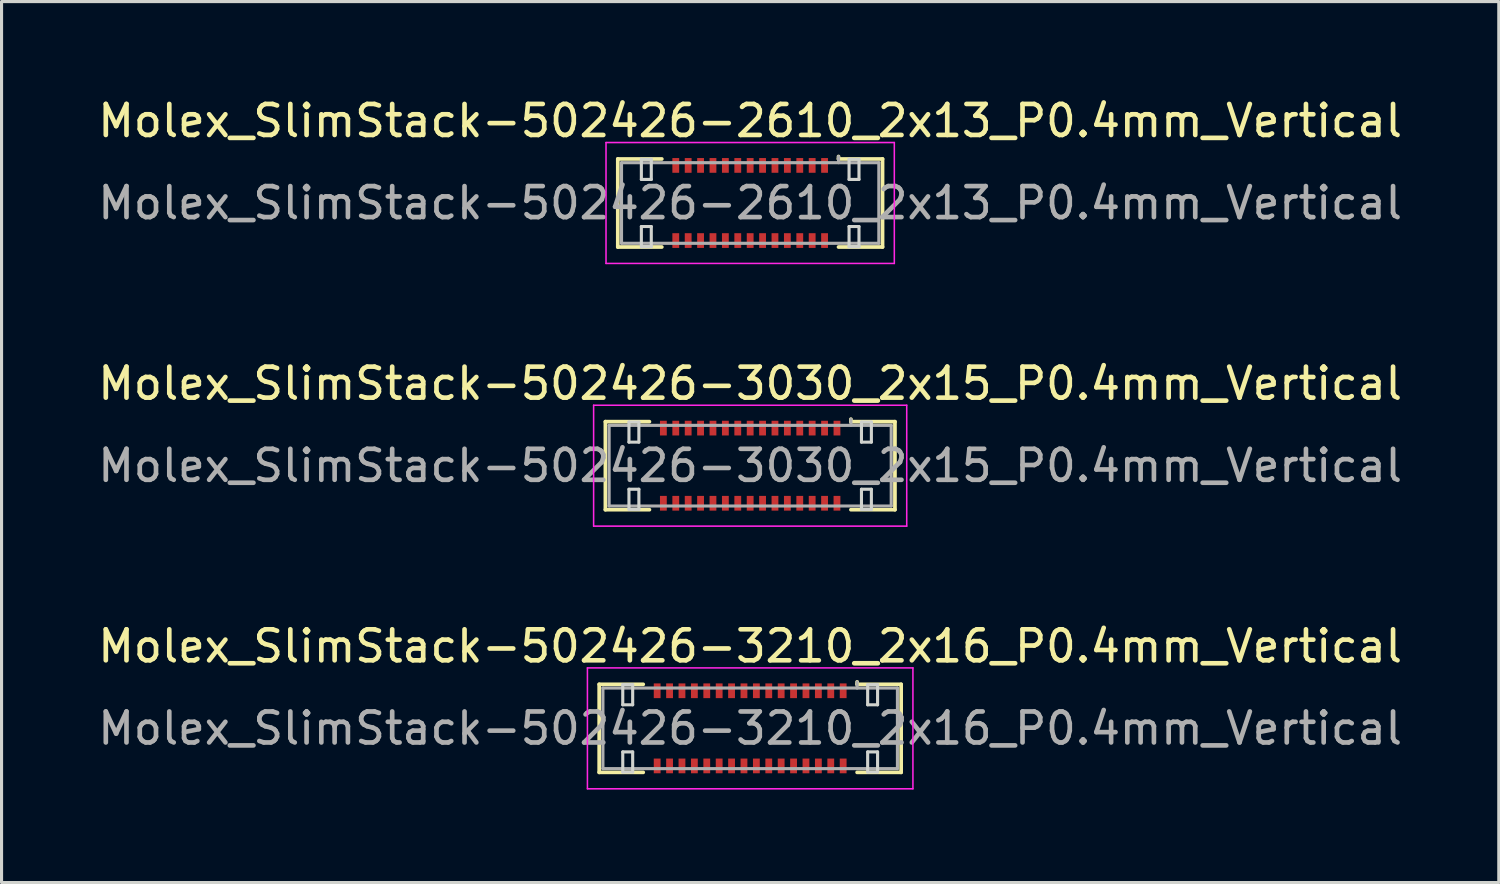
<source format=kicad_pcb>
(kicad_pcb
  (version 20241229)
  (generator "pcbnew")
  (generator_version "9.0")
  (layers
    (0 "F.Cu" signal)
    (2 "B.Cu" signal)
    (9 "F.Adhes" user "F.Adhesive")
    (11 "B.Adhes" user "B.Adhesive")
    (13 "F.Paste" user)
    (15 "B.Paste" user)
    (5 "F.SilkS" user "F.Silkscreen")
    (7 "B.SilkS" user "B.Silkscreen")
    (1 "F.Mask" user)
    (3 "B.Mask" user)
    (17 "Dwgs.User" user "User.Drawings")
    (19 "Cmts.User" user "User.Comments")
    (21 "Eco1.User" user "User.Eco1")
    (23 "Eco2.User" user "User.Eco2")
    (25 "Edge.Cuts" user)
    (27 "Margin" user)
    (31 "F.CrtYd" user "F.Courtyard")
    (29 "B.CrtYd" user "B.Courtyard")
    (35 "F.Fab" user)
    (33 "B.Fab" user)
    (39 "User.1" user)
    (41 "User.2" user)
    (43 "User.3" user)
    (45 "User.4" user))
  (footprint "Molex_SlimStack-502426-3030_2x15_P0.4mm_Vertical"
    (layer "F.Cu")
    (at 21.149 11.972)
    (property "Reference" "Molex_SlimStack-502426-3030_2x15_P0.4mm_Vertical" (at 0 -2.65 0) (layer "F.SilkS") (effects (font (size 1 1) (thickness 0.15))))
    (attr smd)
    (fp_line (start -4.67 -1.42) (end -3.25 -1.42) (stroke (width 0.12) (type solid)) (layer "F.SilkS"))
    (fp_line (start -4.67 1.42) (end -4.67 -1.42) (stroke (width 0.12) (type solid)) (layer "F.SilkS"))
    (fp_line (start -3.25 1.42) (end -4.67 1.42) (stroke (width 0.12) (type solid)) (layer "F.SilkS"))
    (fp_line (start 3.25 -1.42) (end 3.25 -1.5) (stroke (width 0.12) (type solid)) (layer "F.SilkS"))
    (fp_line (start 3.25 1.42) (end 4.67 1.42) (stroke (width 0.12) (type solid)) (layer "F.SilkS"))
    (fp_line (start 4.67 -1.42) (end 3.25 -1.42) (stroke (width 0.12) (type solid)) (layer "F.SilkS"))
    (fp_line (start 4.67 1.42) (end 4.67 -1.42) (stroke (width 0.12) (type solid)) (layer "F.SilkS"))
    (fp_line (start -3.91 -1.41) (end -3.91 -0.76) (stroke (width 0.1) (type solid)) (layer "Edge.Cuts"))
    (fp_line (start -3.91 -0.76) (end -3.59 -0.76) (stroke (width 0.1) (type solid)) (layer "Edge.Cuts"))
    (fp_line (start -3.91 0.76) (end -3.91 1.41) (stroke (width 0.1) (type solid)) (layer "Edge.Cuts"))
    (fp_line (start -3.91 1.41) (end -3.59 1.41) (stroke (width 0.1) (type solid)) (layer "Edge.Cuts"))
    (fp_line (start -3.59 -1.41) (end -3.91 -1.41) (stroke (width 0.1) (type solid)) (layer "Edge.Cuts"))
    (fp_line (start -3.59 -0.76) (end -3.59 -1.41) (stroke (width 0.1) (type solid)) (layer "Edge.Cuts"))
    (fp_line (start -3.59 0.76) (end -3.91 0.76) (stroke (width 0.1) (type solid)) (layer "Edge.Cuts"))
    (fp_line (start -3.59 1.41) (end -3.59 0.76) (stroke (width 0.1) (type solid)) (layer "Edge.Cuts"))
    (fp_line (start 3.59 -1.41) (end 3.59 -0.76) (stroke (width 0.1) (type solid)) (layer "Edge.Cuts"))
    (fp_line (start 3.59 -0.76) (end 3.91 -0.76) (stroke (width 0.1) (type solid)) (layer "Edge.Cuts"))
    (fp_line (start 3.59 0.76) (end 3.59 1.41) (stroke (width 0.1) (type solid)) (layer "Edge.Cuts"))
    (fp_line (start 3.59 1.41) (end 3.91 1.41) (stroke (width 0.1) (type solid)) (layer "Edge.Cuts"))
    (fp_line (start 3.91 -1.41) (end 3.59 -1.41) (stroke (width 0.1) (type solid)) (layer "Edge.Cuts"))
    (fp_line (start 3.91 -0.76) (end 3.91 -1.41) (stroke (width 0.1) (type solid)) (layer "Edge.Cuts"))
    (fp_line (start 3.91 0.76) (end 3.59 0.76) (stroke (width 0.1) (type solid)) (layer "Edge.Cuts"))
    (fp_line (start 3.91 1.41) (end 3.91 0.76) (stroke (width 0.1) (type solid)) (layer "Edge.Cuts"))
    (fp_line (start -5.05 -1.95) (end -5.05 1.95) (stroke (width 0.05) (type solid)) (layer "F.CrtYd"))
    (fp_line (start -5.05 1.95) (end 5.05 1.95) (stroke (width 0.05) (type solid)) (layer "F.CrtYd"))
    (fp_line (start 5.05 -1.95) (end -5.05 -1.95) (stroke (width 0.05) (type solid)) (layer "F.CrtYd"))
    (fp_line (start 5.05 1.95) (end 5.05 -1.95) (stroke (width 0.05) (type solid)) (layer "F.CrtYd"))
    (fp_line (start -4.55 -1.3) (end -4.55 1.3) (stroke (width 0.1) (type solid)) (layer "F.Fab"))
    (fp_line (start -4.55 1.3) (end 4.55 1.3) (stroke (width 0.1) (type solid)) (layer "F.Fab"))
    (fp_line (start 3.25 -1.3) (end 3.25 -1.5) (stroke (width 0.1) (type solid)) (layer "F.Fab"))
    (fp_line (start 4.55 -1.3) (end -4.55 -1.3) (stroke (width 0.1) (type solid)) (layer "F.Fab"))
    (fp_line (start 4.55 1.3) (end 4.55 -1.3) (stroke (width 0.1) (type solid)) (layer "F.Fab"))
    (fp_text user "${REFERENCE}" (at 0 0 0) (layer "F.Fab") (effects (font (size 1 1) (thickness 0.15))))
    (pad "1" smd rect (at 2.8 -1.212) (size 0.22 0.475) (layers "F.Cu" "F.Mask" "F.Paste"))
    (pad "2" smd rect (at 2.8 1.212) (size 0.22 0.475) (layers "F.Cu" "F.Mask" "F.Paste"))
    (pad "3" smd rect (at 2.4 -1.212) (size 0.22 0.475) (layers "F.Cu" "F.Mask" "F.Paste"))
    (pad "4" smd rect (at 2.4 1.212) (size 0.22 0.475) (layers "F.Cu" "F.Mask" "F.Paste"))
    (pad "5" smd rect (at 2 -1.212) (size 0.22 0.475) (layers "F.Cu" "F.Mask" "F.Paste"))
    (pad "6" smd rect (at 2 1.212) (size 0.22 0.475) (layers "F.Cu" "F.Mask" "F.Paste"))
    (pad "7" smd rect (at 1.6 -1.212) (size 0.22 0.475) (layers "F.Cu" "F.Mask" "F.Paste"))
    (pad "8" smd rect (at 1.6 1.212) (size 0.22 0.475) (layers "F.Cu" "F.Mask" "F.Paste"))
    (pad "9" smd rect (at 1.2 -1.212) (size 0.22 0.475) (layers "F.Cu" "F.Mask" "F.Paste"))
    (pad "10" smd rect (at 1.2 1.212) (size 0.22 0.475) (layers "F.Cu" "F.Mask" "F.Paste"))
    (pad "11" smd rect (at 0.8 -1.212) (size 0.22 0.475) (layers "F.Cu" "F.Mask" "F.Paste"))
    (pad "12" smd rect (at 0.8 1.212) (size 0.22 0.475) (layers "F.Cu" "F.Mask" "F.Paste"))
    (pad "13" smd rect (at 0.4 -1.212) (size 0.22 0.475) (layers "F.Cu" "F.Mask" "F.Paste"))
    (pad "14" smd rect (at 0.4 1.212) (size 0.22 0.475) (layers "F.Cu" "F.Mask" "F.Paste"))
    (pad "15" smd rect (at 0 -1.212) (size 0.22 0.475) (layers "F.Cu" "F.Mask" "F.Paste"))
    (pad "16" smd rect (at 0 1.212) (size 0.22 0.475) (layers "F.Cu" "F.Mask" "F.Paste"))
    (pad "17" smd rect (at -0.4 -1.212) (size 0.22 0.475) (layers "F.Cu" "F.Mask" "F.Paste"))
    (pad "18" smd rect (at -0.4 1.212) (size 0.22 0.475) (layers "F.Cu" "F.Mask" "F.Paste"))
    (pad "19" smd rect (at -0.8 -1.212) (size 0.22 0.475) (layers "F.Cu" "F.Mask" "F.Paste"))
    (pad "20" smd rect (at -0.8 1.212) (size 0.22 0.475) (layers "F.Cu" "F.Mask" "F.Paste"))
    (pad "21" smd rect (at -1.2 -1.212) (size 0.22 0.475) (layers "F.Cu" "F.Mask" "F.Paste"))
    (pad "22" smd rect (at -1.2 1.212) (size 0.22 0.475) (layers "F.Cu" "F.Mask" "F.Paste"))
    (pad "23" smd rect (at -1.6 -1.212) (size 0.22 0.475) (layers "F.Cu" "F.Mask" "F.Paste"))
    (pad "24" smd rect (at -1.6 1.212) (size 0.22 0.475) (layers "F.Cu" "F.Mask" "F.Paste"))
    (pad "25" smd rect (at -2 -1.212) (size 0.22 0.475) (layers "F.Cu" "F.Mask" "F.Paste"))
    (pad "26" smd rect (at -2 1.212) (size 0.22 0.475) (layers "F.Cu" "F.Mask" "F.Paste"))
    (pad "27" smd rect (at -2.4 -1.212) (size 0.22 0.475) (layers "F.Cu" "F.Mask" "F.Paste"))
    (pad "28" smd rect (at -2.4 1.212) (size 0.22 0.475) (layers "F.Cu" "F.Mask" "F.Paste"))
    (pad "29" smd rect (at -2.8 -1.212) (size 0.22 0.475) (layers "F.Cu" "F.Mask" "F.Paste"))
    (pad "30" smd rect (at -2.8 1.212) (size 0.22 0.475) (layers "F.Cu" "F.Mask" "F.Paste")))
  (footprint "Molex_SlimStack-502426-3210_2x16_P0.4mm_Vertical"
    (layer "F.Cu")
    (at 21.149 20.445)
    (property "Reference" "Molex_SlimStack-502426-3210_2x16_P0.4mm_Vertical" (at 0 -2.65 0) (layer "F.SilkS") (effects (font (size 1 1) (thickness 0.15))))
    (attr smd)
    (fp_line (start -4.87 -1.42) (end -3.45 -1.42) (stroke (width 0.12) (type solid)) (layer "F.SilkS"))
    (fp_line (start -4.87 1.42) (end -4.87 -1.42) (stroke (width 0.12) (type solid)) (layer "F.SilkS"))
    (fp_line (start -3.45 1.42) (end -4.87 1.42) (stroke (width 0.12) (type solid)) (layer "F.SilkS"))
    (fp_line (start 3.45 -1.42) (end 3.45 -1.5) (stroke (width 0.12) (type solid)) (layer "F.SilkS"))
    (fp_line (start 3.45 1.42) (end 4.87 1.42) (stroke (width 0.12) (type solid)) (layer "F.SilkS"))
    (fp_line (start 4.87 -1.42) (end 3.45 -1.42) (stroke (width 0.12) (type solid)) (layer "F.SilkS"))
    (fp_line (start 4.87 1.42) (end 4.87 -1.42) (stroke (width 0.12) (type solid)) (layer "F.SilkS"))
    (fp_line (start -4.11 -1.41) (end -4.11 -0.76) (stroke (width 0.1) (type solid)) (layer "Edge.Cuts"))
    (fp_line (start -4.11 -0.76) (end -3.79 -0.76) (stroke (width 0.1) (type solid)) (layer "Edge.Cuts"))
    (fp_line (start -4.11 0.76) (end -4.11 1.41) (stroke (width 0.1) (type solid)) (layer "Edge.Cuts"))
    (fp_line (start -4.11 1.41) (end -3.79 1.41) (stroke (width 0.1) (type solid)) (layer "Edge.Cuts"))
    (fp_line (start -3.79 -1.41) (end -4.11 -1.41) (stroke (width 0.1) (type solid)) (layer "Edge.Cuts"))
    (fp_line (start -3.79 -0.76) (end -3.79 -1.41) (stroke (width 0.1) (type solid)) (layer "Edge.Cuts"))
    (fp_line (start -3.79 0.76) (end -4.11 0.76) (stroke (width 0.1) (type solid)) (layer "Edge.Cuts"))
    (fp_line (start -3.79 1.41) (end -3.79 0.76) (stroke (width 0.1) (type solid)) (layer "Edge.Cuts"))
    (fp_line (start 3.79 -1.41) (end 3.79 -0.76) (stroke (width 0.1) (type solid)) (layer "Edge.Cuts"))
    (fp_line (start 3.79 -0.76) (end 4.11 -0.76) (stroke (width 0.1) (type solid)) (layer "Edge.Cuts"))
    (fp_line (start 3.79 0.76) (end 3.79 1.41) (stroke (width 0.1) (type solid)) (layer "Edge.Cuts"))
    (fp_line (start 3.79 1.41) (end 4.11 1.41) (stroke (width 0.1) (type solid)) (layer "Edge.Cuts"))
    (fp_line (start 4.11 -1.41) (end 3.79 -1.41) (stroke (width 0.1) (type solid)) (layer "Edge.Cuts"))
    (fp_line (start 4.11 -0.76) (end 4.11 -1.41) (stroke (width 0.1) (type solid)) (layer "Edge.Cuts"))
    (fp_line (start 4.11 0.76) (end 3.79 0.76) (stroke (width 0.1) (type solid)) (layer "Edge.Cuts"))
    (fp_line (start 4.11 1.41) (end 4.11 0.76) (stroke (width 0.1) (type solid)) (layer "Edge.Cuts"))
    (fp_line (start -5.25 -1.95) (end -5.25 1.95) (stroke (width 0.05) (type solid)) (layer "F.CrtYd"))
    (fp_line (start -5.25 1.95) (end 5.25 1.95) (stroke (width 0.05) (type solid)) (layer "F.CrtYd"))
    (fp_line (start 5.25 -1.95) (end -5.25 -1.95) (stroke (width 0.05) (type solid)) (layer "F.CrtYd"))
    (fp_line (start 5.25 1.95) (end 5.25 -1.95) (stroke (width 0.05) (type solid)) (layer "F.CrtYd"))
    (fp_line (start -4.75 -1.3) (end -4.75 1.3) (stroke (width 0.1) (type solid)) (layer "F.Fab"))
    (fp_line (start -4.75 1.3) (end 4.75 1.3) (stroke (width 0.1) (type solid)) (layer "F.Fab"))
    (fp_line (start 3.45 -1.3) (end 3.45 -1.5) (stroke (width 0.1) (type solid)) (layer "F.Fab"))
    (fp_line (start 4.75 -1.3) (end -4.75 -1.3) (stroke (width 0.1) (type solid)) (layer "F.Fab"))
    (fp_line (start 4.75 1.3) (end 4.75 -1.3) (stroke (width 0.1) (type solid)) (layer "F.Fab"))
    (fp_text user "${REFERENCE}" (at 0 0 0) (layer "F.Fab") (effects (font (size 1 1) (thickness 0.15))))
    (pad "1" smd rect (at 3 -1.212) (size 0.22 0.475) (layers "F.Cu" "F.Mask" "F.Paste"))
    (pad "2" smd rect (at 3 1.212) (size 0.22 0.475) (layers "F.Cu" "F.Mask" "F.Paste"))
    (pad "3" smd rect (at 2.6 -1.212) (size 0.22 0.475) (layers "F.Cu" "F.Mask" "F.Paste"))
    (pad "4" smd rect (at 2.6 1.212) (size 0.22 0.475) (layers "F.Cu" "F.Mask" "F.Paste"))
    (pad "5" smd rect (at 2.2 -1.212) (size 0.22 0.475) (layers "F.Cu" "F.Mask" "F.Paste"))
    (pad "6" smd rect (at 2.2 1.212) (size 0.22 0.475) (layers "F.Cu" "F.Mask" "F.Paste"))
    (pad "7" smd rect (at 1.8 -1.212) (size 0.22 0.475) (layers "F.Cu" "F.Mask" "F.Paste"))
    (pad "8" smd rect (at 1.8 1.212) (size 0.22 0.475) (layers "F.Cu" "F.Mask" "F.Paste"))
    (pad "9" smd rect (at 1.4 -1.212) (size 0.22 0.475) (layers "F.Cu" "F.Mask" "F.Paste"))
    (pad "10" smd rect (at 1.4 1.212) (size 0.22 0.475) (layers "F.Cu" "F.Mask" "F.Paste"))
    (pad "11" smd rect (at 1 -1.212) (size 0.22 0.475) (layers "F.Cu" "F.Mask" "F.Paste"))
    (pad "12" smd rect (at 1 1.212) (size 0.22 0.475) (layers "F.Cu" "F.Mask" "F.Paste"))
    (pad "13" smd rect (at 0.6 -1.212) (size 0.22 0.475) (layers "F.Cu" "F.Mask" "F.Paste"))
    (pad "14" smd rect (at 0.6 1.212) (size 0.22 0.475) (layers "F.Cu" "F.Mask" "F.Paste"))
    (pad "15" smd rect (at 0.2 -1.212) (size 0.22 0.475) (layers "F.Cu" "F.Mask" "F.Paste"))
    (pad "16" smd rect (at 0.2 1.212) (size 0.22 0.475) (layers "F.Cu" "F.Mask" "F.Paste"))
    (pad "17" smd rect (at -0.2 -1.212) (size 0.22 0.475) (layers "F.Cu" "F.Mask" "F.Paste"))
    (pad "18" smd rect (at -0.2 1.212) (size 0.22 0.475) (layers "F.Cu" "F.Mask" "F.Paste"))
    (pad "19" smd rect (at -0.6 -1.212) (size 0.22 0.475) (layers "F.Cu" "F.Mask" "F.Paste"))
    (pad "20" smd rect (at -0.6 1.212) (size 0.22 0.475) (layers "F.Cu" "F.Mask" "F.Paste"))
    (pad "21" smd rect (at -1 -1.212) (size 0.22 0.475) (layers "F.Cu" "F.Mask" "F.Paste"))
    (pad "22" smd rect (at -1 1.212) (size 0.22 0.475) (layers "F.Cu" "F.Mask" "F.Paste"))
    (pad "23" smd rect (at -1.4 -1.212) (size 0.22 0.475) (layers "F.Cu" "F.Mask" "F.Paste"))
    (pad "24" smd rect (at -1.4 1.212) (size 0.22 0.475) (layers "F.Cu" "F.Mask" "F.Paste"))
    (pad "25" smd rect (at -1.8 -1.212) (size 0.22 0.475) (layers "F.Cu" "F.Mask" "F.Paste"))
    (pad "26" smd rect (at -1.8 1.212) (size 0.22 0.475) (layers "F.Cu" "F.Mask" "F.Paste"))
    (pad "27" smd rect (at -2.2 -1.212) (size 0.22 0.475) (layers "F.Cu" "F.Mask" "F.Paste"))
    (pad "28" smd rect (at -2.2 1.212) (size 0.22 0.475) (layers "F.Cu" "F.Mask" "F.Paste"))
    (pad "29" smd rect (at -2.6 -1.212) (size 0.22 0.475) (layers "F.Cu" "F.Mask" "F.Paste"))
    (pad "30" smd rect (at -2.6 1.212) (size 0.22 0.475) (layers "F.Cu" "F.Mask" "F.Paste"))
    (pad "31" smd rect (at -3 -1.212) (size 0.22 0.475) (layers "F.Cu" "F.Mask" "F.Paste"))
    (pad "32" smd rect (at -3 1.212) (size 0.22 0.475) (layers "F.Cu" "F.Mask" "F.Paste")))
  (footprint "Molex_SlimStack-502426-2610_2x13_P0.4mm_Vertical"
    (layer "F.Cu")
    (at 21.149 3.498)
    (property "Reference" "Molex_SlimStack-502426-2610_2x13_P0.4mm_Vertical" (at 0 -2.65 0) (layer "F.SilkS") (effects (font (size 1 1) (thickness 0.15))))
    (attr smd)
    (fp_line (start -4.27 -1.42) (end -2.85 -1.42) (stroke (width 0.12) (type solid)) (layer "F.SilkS"))
    (fp_line (start -4.27 1.42) (end -4.27 -1.42) (stroke (width 0.12) (type solid)) (layer "F.SilkS"))
    (fp_line (start -2.85 1.42) (end -4.27 1.42) (stroke (width 0.12) (type solid)) (layer "F.SilkS"))
    (fp_line (start 2.85 -1.42) (end 2.85 -1.5) (stroke (width 0.12) (type solid)) (layer "F.SilkS"))
    (fp_line (start 2.85 1.42) (end 4.27 1.42) (stroke (width 0.12) (type solid)) (layer "F.SilkS"))
    (fp_line (start 4.27 -1.42) (end 2.85 -1.42) (stroke (width 0.12) (type solid)) (layer "F.SilkS"))
    (fp_line (start 4.27 1.42) (end 4.27 -1.42) (stroke (width 0.12) (type solid)) (layer "F.SilkS"))
    (fp_line (start -3.51 -1.41) (end -3.51 -0.76) (stroke (width 0.1) (type solid)) (layer "Edge.Cuts"))
    (fp_line (start -3.51 -0.76) (end -3.19 -0.76) (stroke (width 0.1) (type solid)) (layer "Edge.Cuts"))
    (fp_line (start -3.51 0.76) (end -3.51 1.41) (stroke (width 0.1) (type solid)) (layer "Edge.Cuts"))
    (fp_line (start -3.51 1.41) (end -3.19 1.41) (stroke (width 0.1) (type solid)) (layer "Edge.Cuts"))
    (fp_line (start -3.19 -1.41) (end -3.51 -1.41) (stroke (width 0.1) (type solid)) (layer "Edge.Cuts"))
    (fp_line (start -3.19 -0.76) (end -3.19 -1.41) (stroke (width 0.1) (type solid)) (layer "Edge.Cuts"))
    (fp_line (start -3.19 0.76) (end -3.51 0.76) (stroke (width 0.1) (type solid)) (layer "Edge.Cuts"))
    (fp_line (start -3.19 1.41) (end -3.19 0.76) (stroke (width 0.1) (type solid)) (layer "Edge.Cuts"))
    (fp_line (start 3.19 -1.41) (end 3.19 -0.76) (stroke (width 0.1) (type solid)) (layer "Edge.Cuts"))
    (fp_line (start 3.19 -0.76) (end 3.51 -0.76) (stroke (width 0.1) (type solid)) (layer "Edge.Cuts"))
    (fp_line (start 3.19 0.76) (end 3.19 1.41) (stroke (width 0.1) (type solid)) (layer "Edge.Cuts"))
    (fp_line (start 3.19 1.41) (end 3.51 1.41) (stroke (width 0.1) (type solid)) (layer "Edge.Cuts"))
    (fp_line (start 3.51 -1.41) (end 3.19 -1.41) (stroke (width 0.1) (type solid)) (layer "Edge.Cuts"))
    (fp_line (start 3.51 -0.76) (end 3.51 -1.41) (stroke (width 0.1) (type solid)) (layer "Edge.Cuts"))
    (fp_line (start 3.51 0.76) (end 3.19 0.76) (stroke (width 0.1) (type solid)) (layer "Edge.Cuts"))
    (fp_line (start 3.51 1.41) (end 3.51 0.76) (stroke (width 0.1) (type solid)) (layer "Edge.Cuts"))
    (fp_line (start -4.65 -1.95) (end -4.65 1.95) (stroke (width 0.05) (type solid)) (layer "F.CrtYd"))
    (fp_line (start -4.65 1.95) (end 4.65 1.95) (stroke (width 0.05) (type solid)) (layer "F.CrtYd"))
    (fp_line (start 4.65 -1.95) (end -4.65 -1.95) (stroke (width 0.05) (type solid)) (layer "F.CrtYd"))
    (fp_line (start 4.65 1.95) (end 4.65 -1.95) (stroke (width 0.05) (type solid)) (layer "F.CrtYd"))
    (fp_line (start -4.15 -1.3) (end -4.15 1.3) (stroke (width 0.1) (type solid)) (layer "F.Fab"))
    (fp_line (start -4.15 1.3) (end 4.15 1.3) (stroke (width 0.1) (type solid)) (layer "F.Fab"))
    (fp_line (start 2.85 -1.3) (end 2.85 -1.5) (stroke (width 0.1) (type solid)) (layer "F.Fab"))
    (fp_line (start 4.15 -1.3) (end -4.15 -1.3) (stroke (width 0.1) (type solid)) (layer "F.Fab"))
    (fp_line (start 4.15 1.3) (end 4.15 -1.3) (stroke (width 0.1) (type solid)) (layer "F.Fab"))
    (fp_text user "${REFERENCE}" (at 0 0 0) (layer "F.Fab") (effects (font (size 1 1) (thickness 0.15))))
    (pad "1" smd rect (at 2.4 -1.212) (size 0.22 0.475) (layers "F.Cu" "F.Mask" "F.Paste"))
    (pad "2" smd rect (at 2.4 1.212) (size 0.22 0.475) (layers "F.Cu" "F.Mask" "F.Paste"))
    (pad "3" smd rect (at 2 -1.212) (size 0.22 0.475) (layers "F.Cu" "F.Mask" "F.Paste"))
    (pad "4" smd rect (at 2 1.212) (size 0.22 0.475) (layers "F.Cu" "F.Mask" "F.Paste"))
    (pad "5" smd rect (at 1.6 -1.212) (size 0.22 0.475) (layers "F.Cu" "F.Mask" "F.Paste"))
    (pad "6" smd rect (at 1.6 1.212) (size 0.22 0.475) (layers "F.Cu" "F.Mask" "F.Paste"))
    (pad "7" smd rect (at 1.2 -1.212) (size 0.22 0.475) (layers "F.Cu" "F.Mask" "F.Paste"))
    (pad "8" smd rect (at 1.2 1.212) (size 0.22 0.475) (layers "F.Cu" "F.Mask" "F.Paste"))
    (pad "9" smd rect (at 0.8 -1.212) (size 0.22 0.475) (layers "F.Cu" "F.Mask" "F.Paste"))
    (pad "10" smd rect (at 0.8 1.212) (size 0.22 0.475) (layers "F.Cu" "F.Mask" "F.Paste"))
    (pad "11" smd rect (at 0.4 -1.212) (size 0.22 0.475) (layers "F.Cu" "F.Mask" "F.Paste"))
    (pad "12" smd rect (at 0.4 1.212) (size 0.22 0.475) (layers "F.Cu" "F.Mask" "F.Paste"))
    (pad "13" smd rect (at 0 -1.212) (size 0.22 0.475) (layers "F.Cu" "F.Mask" "F.Paste"))
    (pad "14" smd rect (at 0 1.212) (size 0.22 0.475) (layers "F.Cu" "F.Mask" "F.Paste"))
    (pad "15" smd rect (at -0.4 -1.212) (size 0.22 0.475) (layers "F.Cu" "F.Mask" "F.Paste"))
    (pad "16" smd rect (at -0.4 1.212) (size 0.22 0.475) (layers "F.Cu" "F.Mask" "F.Paste"))
    (pad "17" smd rect (at -0.8 -1.212) (size 0.22 0.475) (layers "F.Cu" "F.Mask" "F.Paste"))
    (pad "18" smd rect (at -0.8 1.212) (size 0.22 0.475) (layers "F.Cu" "F.Mask" "F.Paste"))
    (pad "19" smd rect (at -1.2 -1.212) (size 0.22 0.475) (layers "F.Cu" "F.Mask" "F.Paste"))
    (pad "20" smd rect (at -1.2 1.212) (size 0.22 0.475) (layers "F.Cu" "F.Mask" "F.Paste"))
    (pad "21" smd rect (at -1.6 -1.212) (size 0.22 0.475) (layers "F.Cu" "F.Mask" "F.Paste"))
    (pad "22" smd rect (at -1.6 1.212) (size 0.22 0.475) (layers "F.Cu" "F.Mask" "F.Paste"))
    (pad "23" smd rect (at -2 -1.212) (size 0.22 0.475) (layers "F.Cu" "F.Mask" "F.Paste"))
    (pad "24" smd rect (at -2 1.212) (size 0.22 0.475) (layers "F.Cu" "F.Mask" "F.Paste"))
    (pad "25" smd rect (at -2.4 -1.212) (size 0.22 0.475) (layers "F.Cu" "F.Mask" "F.Paste"))
    (pad "26" smd rect (at -2.4 1.212) (size 0.22 0.475) (layers "F.Cu" "F.Mask" "F.Paste")))
  (gr_rect
    (start -3 -3)
    (end 45.298 25.42)
    (stroke (width 0.1) (type default))
    (fill no)
    (layer "Edge.Cuts")))
</source>
